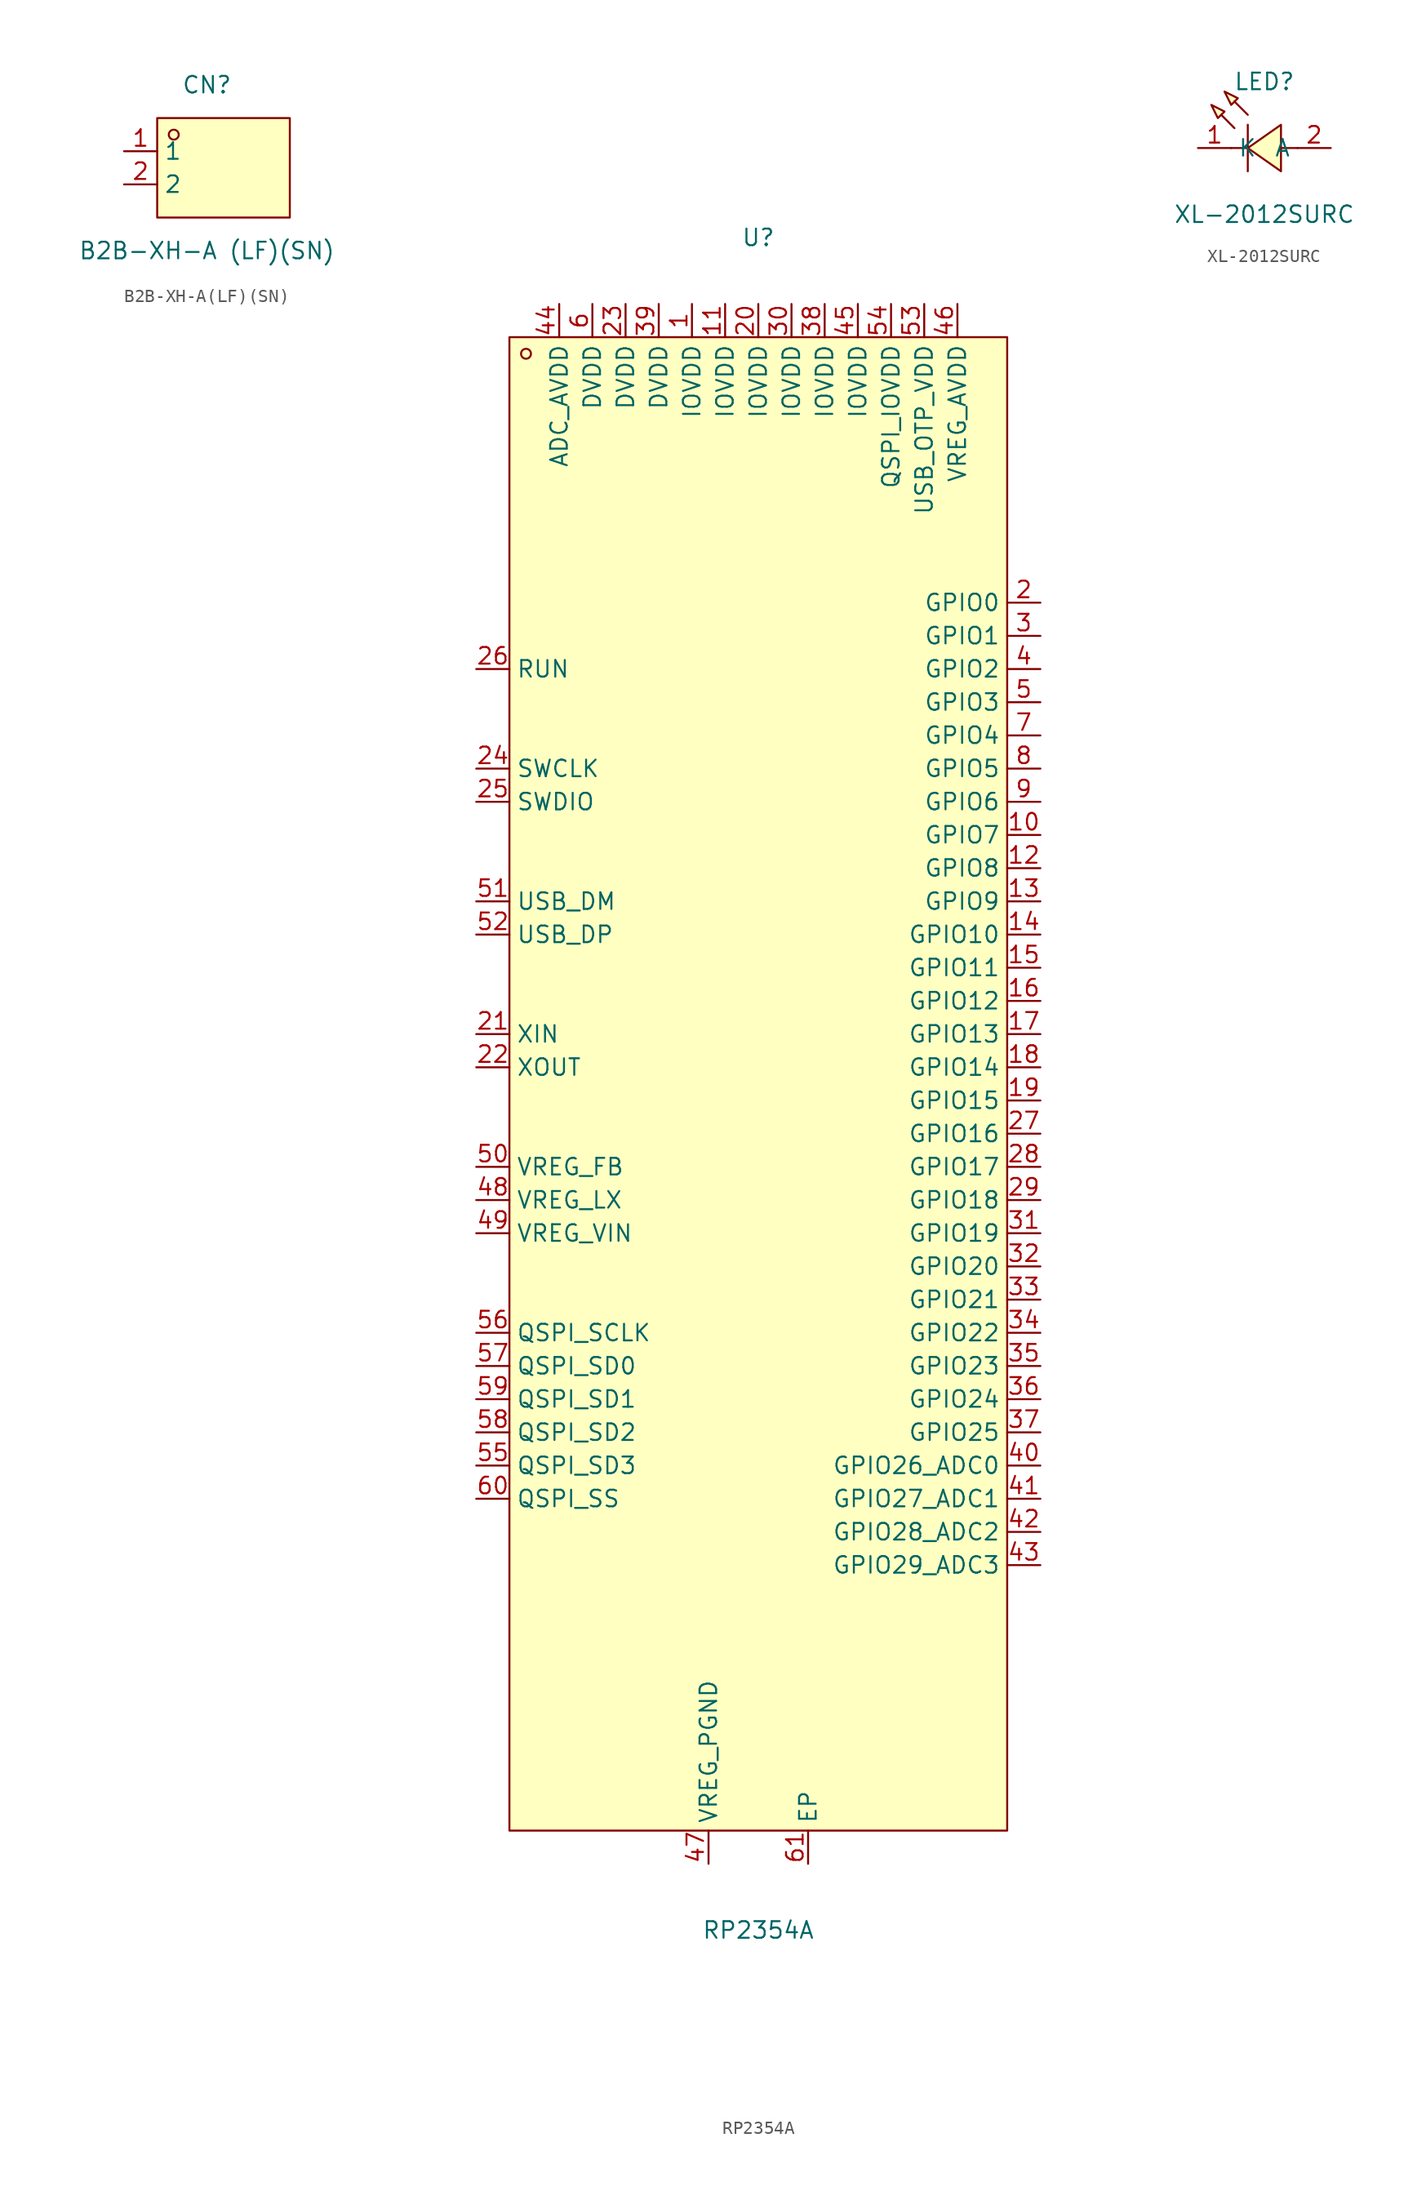
<source format=kicad_sym>
(kicad_symbol_lib
  (version 20211014)
  (generator https://github.com/uPesy/easyeda2kicad.py)
  (symbol "B2B-XH-A(LF)(SN)"
    (property "Reference" "CN"
      (at 0 6.35 0)
      (effects (font (size 1.27 1.27))))
    (property "Value" "B2B-XH-A (LF)(SN)"
      (at 0 -6.35 0)
      (effects (font (size 1.27 1.27))))
    (symbol "B2B-XH-A(LF)(SN)_0_1"
      (rectangle (start -3.81 3.81) (end 6.35 -3.81) (stroke (width 0) (type default) (color 0 0 0 0)) (fill (type background)))
      (circle (center -2.54 2.54) (radius 0.38) (stroke (width 0) (type default) (color 0 0 0 0)) (fill (type none)))
      (pin unspecified line (at -6.35 1.27 0) (length 2.54) (name "1" (effects (font (size 1.27 1.27)))) (number "1" (effects (font (size 1.27 1.27)))))
      (pin unspecified line (at -6.35 -1.27 0) (length 2.54) (name "2" (effects (font (size 1.27 1.27)))) (number "2" (effects (font (size 1.27 1.27)))))))
  (symbol "RP2354A"
    (property "Reference" "U"
      (at 0 64.77 0)
      (effects (font (size 1.27 1.27))))
    (property "Value" "RP2354A"
      (at 0 -64.77 0)
      (effects (font (size 1.27 1.27))))
    (symbol "RP2354A_0_1"
      (rectangle (start -19.05 57.15) (end 19.05 -57.15) (stroke (width 0) (type default) (color 0 0 0 0)) (fill (type background)))
      (circle (center -17.78 55.88) (radius 0.38) (stroke (width 0) (type default) (color 0 0 0 0)) (fill (type none)))
      (pin unspecified line (at -21.59 31.75 0) (length 2.54) (name "RUN" (effects (font (size 1.27 1.27)))) (number "26" (effects (font (size 1.27 1.27)))))
      (pin unspecified line (at -21.59 24.13 0) (length 2.54) (name "SWCLK" (effects (font (size 1.27 1.27)))) (number "24" (effects (font (size 1.27 1.27)))))
      (pin unspecified line (at -21.59 21.59 0) (length 2.54) (name "SWDIO" (effects (font (size 1.27 1.27)))) (number "25" (effects (font (size 1.27 1.27)))))
      (pin unspecified line (at -21.59 13.97 0) (length 2.54) (name "USB_DM" (effects (font (size 1.27 1.27)))) (number "51" (effects (font (size 1.27 1.27)))))
      (pin unspecified line (at -21.59 11.43 0) (length 2.54) (name "USB_DP" (effects (font (size 1.27 1.27)))) (number "52" (effects (font (size 1.27 1.27)))))
      (pin unspecified line (at -21.59 3.81 0) (length 2.54) (name "XIN" (effects (font (size 1.27 1.27)))) (number "21" (effects (font (size 1.27 1.27)))))
      (pin unspecified line (at -21.59 1.27 0) (length 2.54) (name "XOUT" (effects (font (size 1.27 1.27)))) (number "22" (effects (font (size 1.27 1.27)))))
      (pin unspecified line (at -21.59 -6.35 0) (length 2.54) (name "VREG_FB" (effects (font (size 1.27 1.27)))) (number "50" (effects (font (size 1.27 1.27)))))
      (pin unspecified line (at -21.59 -8.89 0) (length 2.54) (name "VREG_LX" (effects (font (size 1.27 1.27)))) (number "48" (effects (font (size 1.27 1.27)))))
      (pin unspecified line (at -21.59 -11.43 0) (length 2.54) (name "VREG_VIN" (effects (font (size 1.27 1.27)))) (number "49" (effects (font (size 1.27 1.27)))))
      (pin unspecified line (at -21.59 -19.05 0) (length 2.54) (name "QSPI_SCLK" (effects (font (size 1.27 1.27)))) (number "56" (effects (font (size 1.27 1.27)))))
      (pin unspecified line (at -21.59 -21.59 0) (length 2.54) (name "QSPI_SD0" (effects (font (size 1.27 1.27)))) (number "57" (effects (font (size 1.27 1.27)))))
      (pin unspecified line (at -21.59 -24.13 0) (length 2.54) (name "QSPI_SD1" (effects (font (size 1.27 1.27)))) (number "59" (effects (font (size 1.27 1.27)))))
      (pin unspecified line (at -21.59 -26.67 0) (length 2.54) (name "QSPI_SD2" (effects (font (size 1.27 1.27)))) (number "58" (effects (font (size 1.27 1.27)))))
      (pin unspecified line (at -21.59 -29.21 0) (length 2.54) (name "QSPI_SD3" (effects (font (size 1.27 1.27)))) (number "55" (effects (font (size 1.27 1.27)))))
      (pin unspecified line (at -21.59 -31.75 0) (length 2.54) (name "QSPI_SS" (effects (font (size 1.27 1.27)))) (number "60" (effects (font (size 1.27 1.27)))))
      (pin unspecified line (at 21.59 -36.83 180) (length 2.54) (name "GPIO29_ADC3" (effects (font (size 1.27 1.27)))) (number "43" (effects (font (size 1.27 1.27)))))
      (pin unspecified line (at 21.59 -34.29 180) (length 2.54) (name "GPIO28_ADC2" (effects (font (size 1.27 1.27)))) (number "42" (effects (font (size 1.27 1.27)))))
      (pin unspecified line (at 21.59 -31.75 180) (length 2.54) (name "GPIO27_ADC1" (effects (font (size 1.27 1.27)))) (number "41" (effects (font (size 1.27 1.27)))))
      (pin unspecified line (at 21.59 -29.21 180) (length 2.54) (name "GPIO26_ADC0" (effects (font (size 1.27 1.27)))) (number "40" (effects (font (size 1.27 1.27)))))
      (pin unspecified line (at 21.59 -26.67 180) (length 2.54) (name "GPIO25" (effects (font (size 1.27 1.27)))) (number "37" (effects (font (size 1.27 1.27)))))
      (pin unspecified line (at 21.59 -24.13 180) (length 2.54) (name "GPIO24" (effects (font (size 1.27 1.27)))) (number "36" (effects (font (size 1.27 1.27)))))
      (pin unspecified line (at 21.59 -21.59 180) (length 2.54) (name "GPIO23" (effects (font (size 1.27 1.27)))) (number "35" (effects (font (size 1.27 1.27)))))
      (pin unspecified line (at 21.59 -19.05 180) (length 2.54) (name "GPIO22" (effects (font (size 1.27 1.27)))) (number "34" (effects (font (size 1.27 1.27)))))
      (pin unspecified line (at 21.59 -16.51 180) (length 2.54) (name "GPIO21" (effects (font (size 1.27 1.27)))) (number "33" (effects (font (size 1.27 1.27)))))
      (pin unspecified line (at 21.59 -13.97 180) (length 2.54) (name "GPIO20" (effects (font (size 1.27 1.27)))) (number "32" (effects (font (size 1.27 1.27)))))
      (pin unspecified line (at 21.59 -11.43 180) (length 2.54) (name "GPIO19" (effects (font (size 1.27 1.27)))) (number "31" (effects (font (size 1.27 1.27)))))
      (pin unspecified line (at 21.59 -8.89 180) (length 2.54) (name "GPIO18" (effects (font (size 1.27 1.27)))) (number "29" (effects (font (size 1.27 1.27)))))
      (pin unspecified line (at 21.59 -6.35 180) (length 2.54) (name "GPIO17" (effects (font (size 1.27 1.27)))) (number "28" (effects (font (size 1.27 1.27)))))
      (pin unspecified line (at 21.59 -3.81 180) (length 2.54) (name "GPIO16" (effects (font (size 1.27 1.27)))) (number "27" (effects (font (size 1.27 1.27)))))
      (pin unspecified line (at 21.59 -1.27 180) (length 2.54) (name "GPIO15" (effects (font (size 1.27 1.27)))) (number "19" (effects (font (size 1.27 1.27)))))
      (pin unspecified line (at 21.59 1.27 180) (length 2.54) (name "GPIO14" (effects (font (size 1.27 1.27)))) (number "18" (effects (font (size 1.27 1.27)))))
      (pin unspecified line (at 21.59 3.81 180) (length 2.54) (name "GPIO13" (effects (font (size 1.27 1.27)))) (number "17" (effects (font (size 1.27 1.27)))))
      (pin unspecified line (at 21.59 6.35 180) (length 2.54) (name "GPIO12" (effects (font (size 1.27 1.27)))) (number "16" (effects (font (size 1.27 1.27)))))
      (pin unspecified line (at 21.59 8.89 180) (length 2.54) (name "GPIO11" (effects (font (size 1.27 1.27)))) (number "15" (effects (font (size 1.27 1.27)))))
      (pin unspecified line (at 21.59 11.43 180) (length 2.54) (name "GPIO10" (effects (font (size 1.27 1.27)))) (number "14" (effects (font (size 1.27 1.27)))))
      (pin unspecified line (at 21.59 13.97 180) (length 2.54) (name "GPIO9" (effects (font (size 1.27 1.27)))) (number "13" (effects (font (size 1.27 1.27)))))
      (pin unspecified line (at 21.59 16.51 180) (length 2.54) (name "GPIO8" (effects (font (size 1.27 1.27)))) (number "12" (effects (font (size 1.27 1.27)))))
      (pin unspecified line (at 21.59 19.05 180) (length 2.54) (name "GPIO7" (effects (font (size 1.27 1.27)))) (number "10" (effects (font (size 1.27 1.27)))))
      (pin unspecified line (at 21.59 21.59 180) (length 2.54) (name "GPIO6" (effects (font (size 1.27 1.27)))) (number "9" (effects (font (size 1.27 1.27)))))
      (pin unspecified line (at 21.59 24.13 180) (length 2.54) (name "GPIO5" (effects (font (size 1.27 1.27)))) (number "8" (effects (font (size 1.27 1.27)))))
      (pin unspecified line (at 21.59 26.67 180) (length 2.54) (name "GPIO4" (effects (font (size 1.27 1.27)))) (number "7" (effects (font (size 1.27 1.27)))))
      (pin unspecified line (at 21.59 29.21 180) (length 2.54) (name "GPIO3" (effects (font (size 1.27 1.27)))) (number "5" (effects (font (size 1.27 1.27)))))
      (pin unspecified line (at 21.59 31.75 180) (length 2.54) (name "GPIO2" (effects (font (size 1.27 1.27)))) (number "4" (effects (font (size 1.27 1.27)))))
      (pin unspecified line (at 21.59 34.29 180) (length 2.54) (name "GPIO1" (effects (font (size 1.27 1.27)))) (number "3" (effects (font (size 1.27 1.27)))))
      (pin unspecified line (at 21.59 36.83 180) (length 2.54) (name "GPIO0" (effects (font (size 1.27 1.27)))) (number "2" (effects (font (size 1.27 1.27)))))
      (pin unspecified line (at -3.81 -59.69 90) (length 2.54) (name "VREG_PGND" (effects (font (size 1.27 1.27)))) (number "47" (effects (font (size 1.27 1.27)))))
      (pin unspecified line (at 3.81 -59.69 90) (length 2.54) (name "EP" (effects (font (size 1.27 1.27)))) (number "61" (effects (font (size 1.27 1.27)))))
      (pin unspecified line (at 15.24 59.69 270) (length 2.54) (name "VREG_AVDD" (effects (font (size 1.27 1.27)))) (number "46" (effects (font (size 1.27 1.27)))))
      (pin unspecified line (at 12.70 59.69 270) (length 2.54) (name "USB_OTP_VDD" (effects (font (size 1.27 1.27)))) (number "53" (effects (font (size 1.27 1.27)))))
      (pin unspecified line (at 10.16 59.69 270) (length 2.54) (name "QSPI_IOVDD" (effects (font (size 1.27 1.27)))) (number "54" (effects (font (size 1.27 1.27)))))
      (pin unspecified line (at 7.62 59.69 270) (length 2.54) (name "IOVDD" (effects (font (size 1.27 1.27)))) (number "45" (effects (font (size 1.27 1.27)))))
      (pin unspecified line (at 5.08 59.69 270) (length 2.54) (name "IOVDD" (effects (font (size 1.27 1.27)))) (number "38" (effects (font (size 1.27 1.27)))))
      (pin unspecified line (at 2.54 59.69 270) (length 2.54) (name "IOVDD" (effects (font (size 1.27 1.27)))) (number "30" (effects (font (size 1.27 1.27)))))
      (pin unspecified line (at 0.00 59.69 270) (length 2.54) (name "IOVDD" (effects (font (size 1.27 1.27)))) (number "20" (effects (font (size 1.27 1.27)))))
      (pin unspecified line (at -2.54 59.69 270) (length 2.54) (name "IOVDD" (effects (font (size 1.27 1.27)))) (number "11" (effects (font (size 1.27 1.27)))))
      (pin unspecified line (at -5.08 59.69 270) (length 2.54) (name "IOVDD" (effects (font (size 1.27 1.27)))) (number "1" (effects (font (size 1.27 1.27)))))
      (pin unspecified line (at -7.62 59.69 270) (length 2.54) (name "DVDD" (effects (font (size 1.27 1.27)))) (number "39" (effects (font (size 1.27 1.27)))))
      (pin unspecified line (at -10.16 59.69 270) (length 2.54) (name "DVDD" (effects (font (size 1.27 1.27)))) (number "23" (effects (font (size 1.27 1.27)))))
      (pin unspecified line (at -12.70 59.69 270) (length 2.54) (name "DVDD" (effects (font (size 1.27 1.27)))) (number "6" (effects (font (size 1.27 1.27)))))
      (pin unspecified line (at -15.24 59.69 270) (length 2.54) (name "ADC_AVDD" (effects (font (size 1.27 1.27)))) (number "44" (effects (font (size 1.27 1.27)))))))
  (symbol "XL-2012SURC"
    (property "Reference" "LED"
      (at 0 5.08 0)
      (effects (font (size 1.27 1.27))))
    (property "Value" "XL-2012SURC"
      (at 0 -5.08 0)
      (effects (font (size 1.27 1.27))))
    (symbol "XL-2012SURC_0_1"
      (polyline (pts (xy -4.06 3.30) (xy -3.05 2.79) (xy -3.56 2.29) (xy -4.06 3.30)) (stroke (width 0) (type default) (color 0 0 0 0)) (fill (type background)))
      (polyline (pts (xy -3.05 4.32) (xy -2.03 3.81) (xy -2.54 3.30) (xy -3.05 4.32)) (stroke (width 0) (type default) (color 0 0 0 0)) (fill (type background)))
      (polyline (pts (xy 1.27 1.78) (xy -1.27 -0.00) (xy 1.27 -1.78) (xy 1.27 1.78)) (stroke (width 0) (type default) (color 0 0 0 0)) (fill (type background)))
      (polyline (pts (xy -2.29 1.52) (xy -3.30 2.54) (xy -2.29 1.52)) (stroke (width 0) (type default) (color 0 0 0 0)) (fill (type background)))
      (polyline (pts (xy -1.27 2.54) (xy -2.29 3.56) (xy -1.27 2.54)) (stroke (width 0) (type default) (color 0 0 0 0)) (fill (type background)))
      (polyline (pts (xy -1.27 -0.00) (xy -2.54 -0.00)) (stroke (width 0) (type default) (color 0 0 0 0)) (fill (type none)))
      (polyline (pts (xy 2.54 -0.00) (xy 1.27 -0.00)) (stroke (width 0) (type default) (color 0 0 0 0)) (fill (type none)))
      (polyline (pts (xy -1.27 1.78) (xy -1.27 -1.78)) (stroke (width 0) (type default) (color 0 0 0 0)) (fill (type none)))
      (pin unspecified line (at -5.08 -0.00 0) (length 2.54) (name "K" (effects (font (size 1.27 1.27)))) (number "1" (effects (font (size 1.27 1.27)))))
      (pin unspecified line (at 5.08 -0.00 180) (length 2.54) (name "A" (effects (font (size 1.27 1.27)))) (number "2" (effects (font (size 1.27 1.27))))))))
</source>
